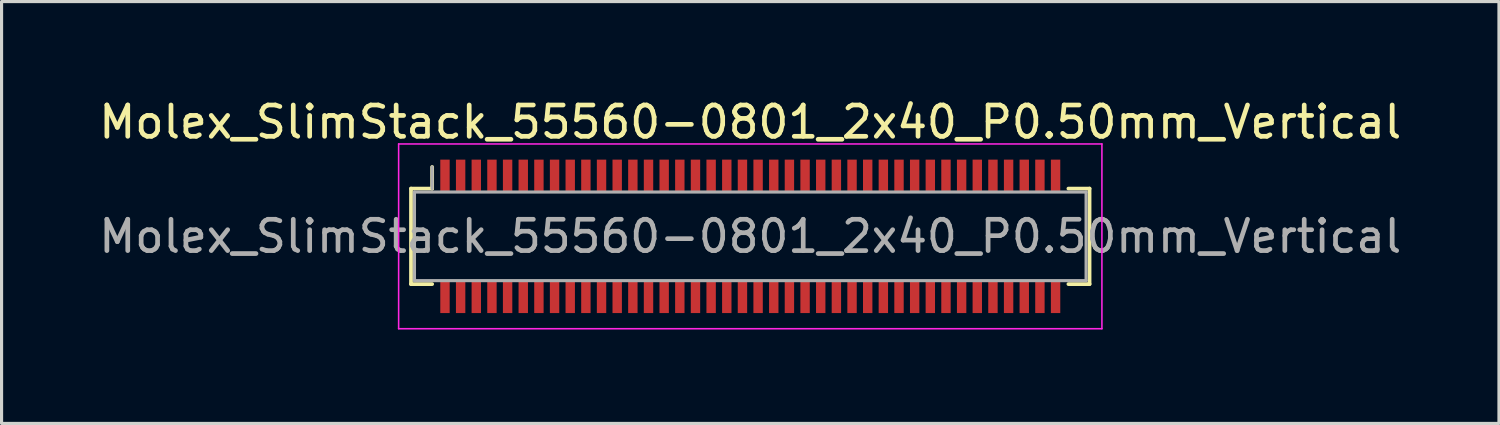
<source format=kicad_pcb>
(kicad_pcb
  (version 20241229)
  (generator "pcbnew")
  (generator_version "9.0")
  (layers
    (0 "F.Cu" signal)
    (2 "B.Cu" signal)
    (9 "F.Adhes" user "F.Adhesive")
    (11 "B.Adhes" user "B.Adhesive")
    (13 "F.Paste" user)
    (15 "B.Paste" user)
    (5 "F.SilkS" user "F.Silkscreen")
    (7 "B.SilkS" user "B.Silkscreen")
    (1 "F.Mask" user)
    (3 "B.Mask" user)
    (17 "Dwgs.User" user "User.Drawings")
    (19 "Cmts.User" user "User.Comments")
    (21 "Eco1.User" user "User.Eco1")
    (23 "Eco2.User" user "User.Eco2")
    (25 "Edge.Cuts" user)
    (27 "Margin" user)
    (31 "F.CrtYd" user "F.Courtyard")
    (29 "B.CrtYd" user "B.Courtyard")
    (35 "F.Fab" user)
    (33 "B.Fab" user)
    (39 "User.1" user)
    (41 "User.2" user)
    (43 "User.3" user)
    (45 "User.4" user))
  (footprint "Molex_SlimStack_55560-0801_2x40_P0.50mm_Vertical"
    (layer "F.Cu")
    (at 20.911 4.498)
    (property "Reference" "Molex_SlimStack_55560-0801_2x40_P0.50mm_Vertical" (at 0 -3.65 0) (layer "F.SilkS") (effects (font (size 1 1) (thickness 0.15))))
    (attr smd)
    (fp_line (start -10.835 -1.525) (end -10.16 -1.525) (stroke (width 0.12) (type solid)) (layer "F.SilkS"))
    (fp_line (start -10.835 1.525) (end -10.835 -1.525) (stroke (width 0.12) (type solid)) (layer "F.SilkS"))
    (fp_line (start -10.16 -1.525) (end -10.16 -2.215) (stroke (width 0.12) (type solid)) (layer "F.SilkS"))
    (fp_line (start -10.16 1.525) (end -10.835 1.525) (stroke (width 0.12) (type solid)) (layer "F.SilkS"))
    (fp_line (start 10.16 1.525) (end 10.835 1.525) (stroke (width 0.12) (type solid)) (layer "F.SilkS"))
    (fp_line (start 10.835 -1.525) (end 10.16 -1.525) (stroke (width 0.12) (type solid)) (layer "F.SilkS"))
    (fp_line (start 10.835 1.525) (end 10.835 -1.525) (stroke (width 0.12) (type solid)) (layer "F.SilkS"))
    (fp_line (start -11.23 -2.95) (end -11.23 2.95) (stroke (width 0.05) (type solid)) (layer "F.CrtYd"))
    (fp_line (start -11.23 2.95) (end 11.23 2.95) (stroke (width 0.05) (type solid)) (layer "F.CrtYd"))
    (fp_line (start 11.23 -2.95) (end -11.23 -2.95) (stroke (width 0.05) (type solid)) (layer "F.CrtYd"))
    (fp_line (start 11.23 2.95) (end 11.23 -2.95) (stroke (width 0.05) (type solid)) (layer "F.CrtYd"))
    (fp_line (start -10.725 -1.415) (end -10.725 1.415) (stroke (width 0.1) (type solid)) (layer "F.Fab"))
    (fp_line (start -10.725 1.415) (end 10.725 1.415) (stroke (width 0.1) (type solid)) (layer "F.Fab"))
    (fp_line (start -10.16 -1.525) (end -10.16 -2.215) (stroke (width 0.1) (type solid)) (layer "F.Fab"))
    (fp_line (start 10.725 -1.415) (end -10.725 -1.415) (stroke (width 0.1) (type solid)) (layer "F.Fab"))
    (fp_line (start 10.725 1.415) (end 10.725 -1.415) (stroke (width 0.1) (type solid)) (layer "F.Fab"))
    (fp_text user "${REFERENCE}" (at 0 0 0) (layer "F.Fab") (effects (font (size 1 1) (thickness 0.15))))
    (pad "1" smd rect (at -9.75 -1.95) (size 0.3 1) (layers "F.Cu" "F.Mask" "F.Paste"))
    (pad "2" smd rect (at -9.75 1.95) (size 0.3 1) (layers "F.Cu" "F.Mask" "F.Paste"))
    (pad "3" smd rect (at -9.25 -1.95) (size 0.3 1) (layers "F.Cu" "F.Mask" "F.Paste"))
    (pad "4" smd rect (at -9.25 1.95) (size 0.3 1) (layers "F.Cu" "F.Mask" "F.Paste"))
    (pad "5" smd rect (at -8.75 -1.95) (size 0.3 1) (layers "F.Cu" "F.Mask" "F.Paste"))
    (pad "6" smd rect (at -8.75 1.95) (size 0.3 1) (layers "F.Cu" "F.Mask" "F.Paste"))
    (pad "7" smd rect (at -8.25 -1.95) (size 0.3 1) (layers "F.Cu" "F.Mask" "F.Paste"))
    (pad "8" smd rect (at -8.25 1.95) (size 0.3 1) (layers "F.Cu" "F.Mask" "F.Paste"))
    (pad "9" smd rect (at -7.75 -1.95) (size 0.3 1) (layers "F.Cu" "F.Mask" "F.Paste"))
    (pad "10" smd rect (at -7.75 1.95) (size 0.3 1) (layers "F.Cu" "F.Mask" "F.Paste"))
    (pad "11" smd rect (at -7.25 -1.95) (size 0.3 1) (layers "F.Cu" "F.Mask" "F.Paste"))
    (pad "12" smd rect (at -7.25 1.95) (size 0.3 1) (layers "F.Cu" "F.Mask" "F.Paste"))
    (pad "13" smd rect (at -6.75 -1.95) (size 0.3 1) (layers "F.Cu" "F.Mask" "F.Paste"))
    (pad "14" smd rect (at -6.75 1.95) (size 0.3 1) (layers "F.Cu" "F.Mask" "F.Paste"))
    (pad "15" smd rect (at -6.25 -1.95) (size 0.3 1) (layers "F.Cu" "F.Mask" "F.Paste"))
    (pad "16" smd rect (at -6.25 1.95) (size 0.3 1) (layers "F.Cu" "F.Mask" "F.Paste"))
    (pad "17" smd rect (at -5.75 -1.95) (size 0.3 1) (layers "F.Cu" "F.Mask" "F.Paste"))
    (pad "18" smd rect (at -5.75 1.95) (size 0.3 1) (layers "F.Cu" "F.Mask" "F.Paste"))
    (pad "19" smd rect (at -5.25 -1.95) (size 0.3 1) (layers "F.Cu" "F.Mask" "F.Paste"))
    (pad "20" smd rect (at -5.25 1.95) (size 0.3 1) (layers "F.Cu" "F.Mask" "F.Paste"))
    (pad "21" smd rect (at -4.75 -1.95) (size 0.3 1) (layers "F.Cu" "F.Mask" "F.Paste"))
    (pad "22" smd rect (at -4.75 1.95) (size 0.3 1) (layers "F.Cu" "F.Mask" "F.Paste"))
    (pad "23" smd rect (at -4.25 -1.95) (size 0.3 1) (layers "F.Cu" "F.Mask" "F.Paste"))
    (pad "24" smd rect (at -4.25 1.95) (size 0.3 1) (layers "F.Cu" "F.Mask" "F.Paste"))
    (pad "25" smd rect (at -3.75 -1.95) (size 0.3 1) (layers "F.Cu" "F.Mask" "F.Paste"))
    (pad "26" smd rect (at -3.75 1.95) (size 0.3 1) (layers "F.Cu" "F.Mask" "F.Paste"))
    (pad "27" smd rect (at -3.25 -1.95) (size 0.3 1) (layers "F.Cu" "F.Mask" "F.Paste"))
    (pad "28" smd rect (at -3.25 1.95) (size 0.3 1) (layers "F.Cu" "F.Mask" "F.Paste"))
    (pad "29" smd rect (at -2.75 -1.95) (size 0.3 1) (layers "F.Cu" "F.Mask" "F.Paste"))
    (pad "30" smd rect (at -2.75 1.95) (size 0.3 1) (layers "F.Cu" "F.Mask" "F.Paste"))
    (pad "31" smd rect (at -2.25 -1.95) (size 0.3 1) (layers "F.Cu" "F.Mask" "F.Paste"))
    (pad "32" smd rect (at -2.25 1.95) (size 0.3 1) (layers "F.Cu" "F.Mask" "F.Paste"))
    (pad "33" smd rect (at -1.75 -1.95) (size 0.3 1) (layers "F.Cu" "F.Mask" "F.Paste"))
    (pad "34" smd rect (at -1.75 1.95) (size 0.3 1) (layers "F.Cu" "F.Mask" "F.Paste"))
    (pad "35" smd rect (at -1.25 -1.95) (size 0.3 1) (layers "F.Cu" "F.Mask" "F.Paste"))
    (pad "36" smd rect (at -1.25 1.95) (size 0.3 1) (layers "F.Cu" "F.Mask" "F.Paste"))
    (pad "37" smd rect (at -0.75 -1.95) (size 0.3 1) (layers "F.Cu" "F.Mask" "F.Paste"))
    (pad "38" smd rect (at -0.75 1.95) (size 0.3 1) (layers "F.Cu" "F.Mask" "F.Paste"))
    (pad "39" smd rect (at -0.25 -1.95) (size 0.3 1) (layers "F.Cu" "F.Mask" "F.Paste"))
    (pad "40" smd rect (at -0.25 1.95) (size 0.3 1) (layers "F.Cu" "F.Mask" "F.Paste"))
    (pad "41" smd rect (at 0.25 -1.95) (size 0.3 1) (layers "F.Cu" "F.Mask" "F.Paste"))
    (pad "42" smd rect (at 0.25 1.95) (size 0.3 1) (layers "F.Cu" "F.Mask" "F.Paste"))
    (pad "43" smd rect (at 0.75 -1.95) (size 0.3 1) (layers "F.Cu" "F.Mask" "F.Paste"))
    (pad "44" smd rect (at 0.75 1.95) (size 0.3 1) (layers "F.Cu" "F.Mask" "F.Paste"))
    (pad "45" smd rect (at 1.25 -1.95) (size 0.3 1) (layers "F.Cu" "F.Mask" "F.Paste"))
    (pad "46" smd rect (at 1.25 1.95) (size 0.3 1) (layers "F.Cu" "F.Mask" "F.Paste"))
    (pad "47" smd rect (at 1.75 -1.95) (size 0.3 1) (layers "F.Cu" "F.Mask" "F.Paste"))
    (pad "48" smd rect (at 1.75 1.95) (size 0.3 1) (layers "F.Cu" "F.Mask" "F.Paste"))
    (pad "49" smd rect (at 2.25 -1.95) (size 0.3 1) (layers "F.Cu" "F.Mask" "F.Paste"))
    (pad "50" smd rect (at 2.25 1.95) (size 0.3 1) (layers "F.Cu" "F.Mask" "F.Paste"))
    (pad "51" smd rect (at 2.75 -1.95) (size 0.3 1) (layers "F.Cu" "F.Mask" "F.Paste"))
    (pad "52" smd rect (at 2.75 1.95) (size 0.3 1) (layers "F.Cu" "F.Mask" "F.Paste"))
    (pad "53" smd rect (at 3.25 -1.95) (size 0.3 1) (layers "F.Cu" "F.Mask" "F.Paste"))
    (pad "54" smd rect (at 3.25 1.95) (size 0.3 1) (layers "F.Cu" "F.Mask" "F.Paste"))
    (pad "55" smd rect (at 3.75 -1.95) (size 0.3 1) (layers "F.Cu" "F.Mask" "F.Paste"))
    (pad "56" smd rect (at 3.75 1.95) (size 0.3 1) (layers "F.Cu" "F.Mask" "F.Paste"))
    (pad "57" smd rect (at 4.25 -1.95) (size 0.3 1) (layers "F.Cu" "F.Mask" "F.Paste"))
    (pad "58" smd rect (at 4.25 1.95) (size 0.3 1) (layers "F.Cu" "F.Mask" "F.Paste"))
    (pad "59" smd rect (at 4.75 -1.95) (size 0.3 1) (layers "F.Cu" "F.Mask" "F.Paste"))
    (pad "60" smd rect (at 4.75 1.95) (size 0.3 1) (layers "F.Cu" "F.Mask" "F.Paste"))
    (pad "61" smd rect (at 5.25 -1.95) (size 0.3 1) (layers "F.Cu" "F.Mask" "F.Paste"))
    (pad "62" smd rect (at 5.25 1.95) (size 0.3 1) (layers "F.Cu" "F.Mask" "F.Paste"))
    (pad "63" smd rect (at 5.75 -1.95) (size 0.3 1) (layers "F.Cu" "F.Mask" "F.Paste"))
    (pad "64" smd rect (at 5.75 1.95) (size 0.3 1) (layers "F.Cu" "F.Mask" "F.Paste"))
    (pad "65" smd rect (at 6.25 -1.95) (size 0.3 1) (layers "F.Cu" "F.Mask" "F.Paste"))
    (pad "66" smd rect (at 6.25 1.95) (size 0.3 1) (layers "F.Cu" "F.Mask" "F.Paste"))
    (pad "67" smd rect (at 6.75 -1.95) (size 0.3 1) (layers "F.Cu" "F.Mask" "F.Paste"))
    (pad "68" smd rect (at 6.75 1.95) (size 0.3 1) (layers "F.Cu" "F.Mask" "F.Paste"))
    (pad "69" smd rect (at 7.25 -1.95) (size 0.3 1) (layers "F.Cu" "F.Mask" "F.Paste"))
    (pad "70" smd rect (at 7.25 1.95) (size 0.3 1) (layers "F.Cu" "F.Mask" "F.Paste"))
    (pad "71" smd rect (at 7.75 -1.95) (size 0.3 1) (layers "F.Cu" "F.Mask" "F.Paste"))
    (pad "72" smd rect (at 7.75 1.95) (size 0.3 1) (layers "F.Cu" "F.Mask" "F.Paste"))
    (pad "73" smd rect (at 8.25 -1.95) (size 0.3 1) (layers "F.Cu" "F.Mask" "F.Paste"))
    (pad "74" smd rect (at 8.25 1.95) (size 0.3 1) (layers "F.Cu" "F.Mask" "F.Paste"))
    (pad "75" smd rect (at 8.75 -1.95) (size 0.3 1) (layers "F.Cu" "F.Mask" "F.Paste"))
    (pad "76" smd rect (at 8.75 1.95) (size 0.3 1) (layers "F.Cu" "F.Mask" "F.Paste"))
    (pad "77" smd rect (at 9.25 -1.95) (size 0.3 1) (layers "F.Cu" "F.Mask" "F.Paste"))
    (pad "78" smd rect (at 9.25 1.95) (size 0.3 1) (layers "F.Cu" "F.Mask" "F.Paste"))
    (pad "79" smd rect (at 9.75 -1.95) (size 0.3 1) (layers "F.Cu" "F.Mask" "F.Paste"))
    (pad "80" smd rect (at 9.75 1.95) (size 0.3 1) (layers "F.Cu" "F.Mask" "F.Paste")))
  (gr_rect
    (start -3 -3)
    (end 44.821 10.473)
    (stroke (width 0.1) (type default))
    (fill no)
    (layer "Edge.Cuts")))
</source>
